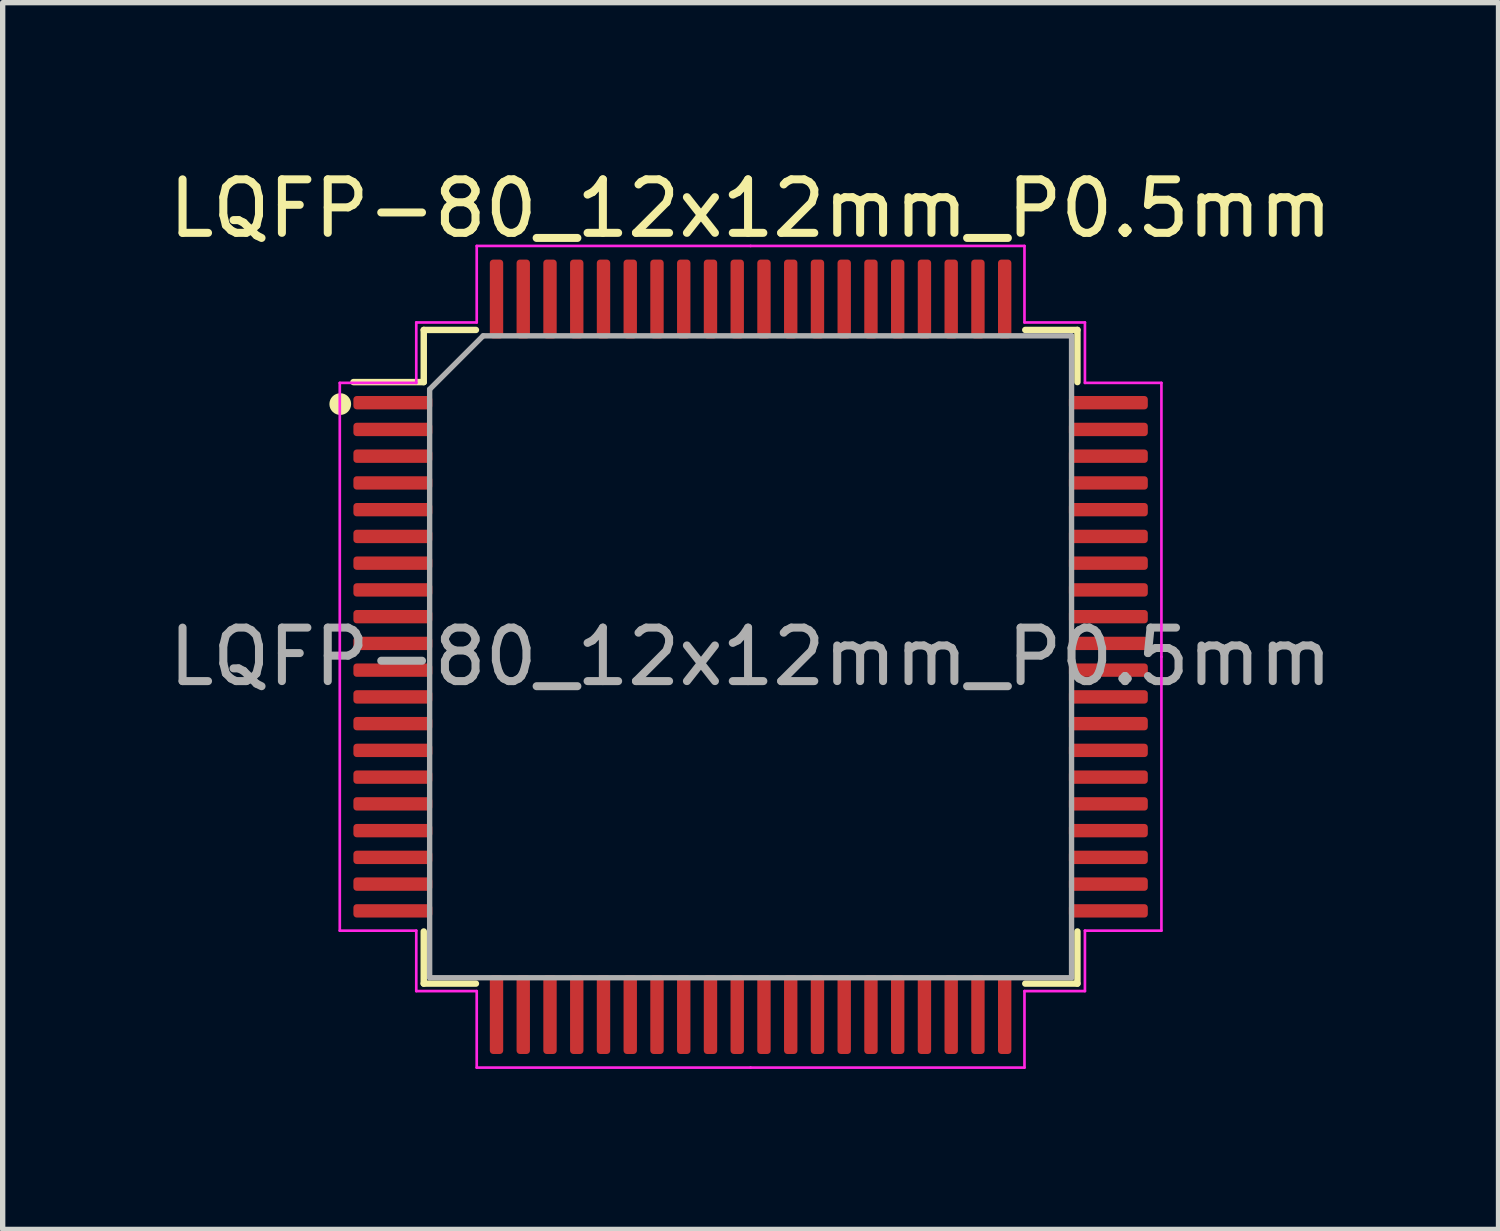
<source format=kicad_pcb>
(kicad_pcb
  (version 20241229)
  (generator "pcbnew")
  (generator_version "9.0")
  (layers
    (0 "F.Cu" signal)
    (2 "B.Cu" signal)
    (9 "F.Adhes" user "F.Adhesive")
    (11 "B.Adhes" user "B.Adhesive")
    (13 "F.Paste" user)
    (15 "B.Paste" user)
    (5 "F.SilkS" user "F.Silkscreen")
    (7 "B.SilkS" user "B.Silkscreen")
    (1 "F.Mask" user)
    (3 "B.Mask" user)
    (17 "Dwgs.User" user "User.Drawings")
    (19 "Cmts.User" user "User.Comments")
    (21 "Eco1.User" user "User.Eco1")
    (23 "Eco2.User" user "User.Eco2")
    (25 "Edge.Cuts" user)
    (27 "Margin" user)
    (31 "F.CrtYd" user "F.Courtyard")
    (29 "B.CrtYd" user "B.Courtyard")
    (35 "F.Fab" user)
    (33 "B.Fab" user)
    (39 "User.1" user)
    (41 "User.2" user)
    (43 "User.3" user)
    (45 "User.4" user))
  (footprint "LQFP-80_12x12mm_P0.5mm"
    (layer "F.Cu")
    (at 10.982 9.228)
    (property "Reference" "LQFP-80_12x12mm_P0.5mm" (at 0 -8.38 0) (layer "F.SilkS") (effects (font (size 1 1) (thickness 0.15))))
    (attr smd)
    (fp_line (start -6.11 -6.11) (end -6.11 -5.135) (stroke (width 0.12) (type solid)) (layer "F.SilkS"))
    (fp_line (start -6.11 -5.135) (end -7.425 -5.135) (stroke (width 0.12) (type solid)) (layer "F.SilkS"))
    (fp_line (start -6.11 6.11) (end -6.11 5.135) (stroke (width 0.12) (type solid)) (layer "F.SilkS"))
    (fp_line (start -5.135 -6.11) (end -6.11 -6.11) (stroke (width 0.12) (type solid)) (layer "F.SilkS"))
    (fp_line (start -5.135 6.11) (end -6.11 6.11) (stroke (width 0.12) (type solid)) (layer "F.SilkS"))
    (fp_line (start 5.135 -6.11) (end 6.11 -6.11) (stroke (width 0.12) (type solid)) (layer "F.SilkS"))
    (fp_line (start 5.135 6.11) (end 6.11 6.11) (stroke (width 0.12) (type solid)) (layer "F.SilkS"))
    (fp_line (start 6.11 -6.11) (end 6.11 -5.135) (stroke (width 0.12) (type solid)) (layer "F.SilkS"))
    (fp_line (start 6.11 6.11) (end 6.11 5.135) (stroke (width 0.12) (type solid)) (layer "F.SilkS"))
    (fp_circle (center -7.671 -4.724) (end -7.518 -4.724) (stroke (width 0.1) (type solid)) (fill yes) (layer "F.SilkS"))
    (fp_line (start -7.68 -5.12) (end -7.68 0) (stroke (width 0.05) (type solid)) (layer "F.CrtYd"))
    (fp_line (start -7.68 5.12) (end -7.68 0) (stroke (width 0.05) (type solid)) (layer "F.CrtYd"))
    (fp_line (start -6.25 -6.25) (end -6.25 -5.12) (stroke (width 0.05) (type solid)) (layer "F.CrtYd"))
    (fp_line (start -6.25 -5.12) (end -7.68 -5.12) (stroke (width 0.05) (type solid)) (layer "F.CrtYd"))
    (fp_line (start -6.25 5.12) (end -7.68 5.12) (stroke (width 0.05) (type solid)) (layer "F.CrtYd"))
    (fp_line (start -6.25 6.25) (end -6.25 5.12) (stroke (width 0.05) (type solid)) (layer "F.CrtYd"))
    (fp_line (start -5.12 -7.68) (end -5.12 -6.25) (stroke (width 0.05) (type solid)) (layer "F.CrtYd"))
    (fp_line (start -5.12 -6.25) (end -6.25 -6.25) (stroke (width 0.05) (type solid)) (layer "F.CrtYd"))
    (fp_line (start -5.12 6.25) (end -6.25 6.25) (stroke (width 0.05) (type solid)) (layer "F.CrtYd"))
    (fp_line (start -5.12 7.68) (end -5.12 6.25) (stroke (width 0.05) (type solid)) (layer "F.CrtYd"))
    (fp_line (start 0 -7.68) (end -5.12 -7.68) (stroke (width 0.05) (type solid)) (layer "F.CrtYd"))
    (fp_line (start 0 -7.68) (end 5.12 -7.68) (stroke (width 0.05) (type solid)) (layer "F.CrtYd"))
    (fp_line (start 0 7.68) (end -5.12 7.68) (stroke (width 0.05) (type solid)) (layer "F.CrtYd"))
    (fp_line (start 0 7.68) (end 5.12 7.68) (stroke (width 0.05) (type solid)) (layer "F.CrtYd"))
    (fp_line (start 5.12 -7.68) (end 5.12 -6.25) (stroke (width 0.05) (type solid)) (layer "F.CrtYd"))
    (fp_line (start 5.12 -6.25) (end 6.25 -6.25) (stroke (width 0.05) (type solid)) (layer "F.CrtYd"))
    (fp_line (start 5.12 6.25) (end 6.25 6.25) (stroke (width 0.05) (type solid)) (layer "F.CrtYd"))
    (fp_line (start 5.12 7.68) (end 5.12 6.25) (stroke (width 0.05) (type solid)) (layer "F.CrtYd"))
    (fp_line (start 6.25 -6.25) (end 6.25 -5.12) (stroke (width 0.05) (type solid)) (layer "F.CrtYd"))
    (fp_line (start 6.25 -5.12) (end 7.68 -5.12) (stroke (width 0.05) (type solid)) (layer "F.CrtYd"))
    (fp_line (start 6.25 5.12) (end 7.68 5.12) (stroke (width 0.05) (type solid)) (layer "F.CrtYd"))
    (fp_line (start 6.25 6.25) (end 6.25 5.12) (stroke (width 0.05) (type solid)) (layer "F.CrtYd"))
    (fp_line (start 7.68 -5.12) (end 7.68 0) (stroke (width 0.05) (type solid)) (layer "F.CrtYd"))
    (fp_line (start 7.68 5.12) (end 7.68 0) (stroke (width 0.05) (type solid)) (layer "F.CrtYd"))
    (fp_line (start -6 -5) (end -5 -6) (stroke (width 0.1) (type solid)) (layer "F.Fab"))
    (fp_line (start -6 6) (end -6 -5) (stroke (width 0.1) (type solid)) (layer "F.Fab"))
    (fp_line (start -5 -6) (end 6 -6) (stroke (width 0.1) (type solid)) (layer "F.Fab"))
    (fp_line (start 6 -6) (end 6 6) (stroke (width 0.1) (type solid)) (layer "F.Fab"))
    (fp_line (start 6 6) (end -6 6) (stroke (width 0.1) (type solid)) (layer "F.Fab"))
    (fp_text user "${REFERENCE}" (at 0 0 0) (layer "F.Fab") (effects (font (size 1 1) (thickness 0.15))))
    (pad "1" smd roundrect (at -6.688 -4.75) (size 1.475 0.25) (layers "F.Cu" "F.Mask" "F.Paste") (roundrect_rratio 0.25))
    (pad "2" smd roundrect (at -6.688 -4.25) (size 1.475 0.25) (layers "F.Cu" "F.Mask" "F.Paste") (roundrect_rratio 0.25))
    (pad "3" smd roundrect (at -6.688 -3.75) (size 1.475 0.25) (layers "F.Cu" "F.Mask" "F.Paste") (roundrect_rratio 0.25))
    (pad "4" smd roundrect (at -6.688 -3.25) (size 1.475 0.25) (layers "F.Cu" "F.Mask" "F.Paste") (roundrect_rratio 0.25))
    (pad "5" smd roundrect (at -6.688 -2.75) (size 1.475 0.25) (layers "F.Cu" "F.Mask" "F.Paste") (roundrect_rratio 0.25))
    (pad "6" smd roundrect (at -6.688 -2.25) (size 1.475 0.25) (layers "F.Cu" "F.Mask" "F.Paste") (roundrect_rratio 0.25))
    (pad "7" smd roundrect (at -6.688 -1.75) (size 1.475 0.25) (layers "F.Cu" "F.Mask" "F.Paste") (roundrect_rratio 0.25))
    (pad "8" smd roundrect (at -6.688 -1.25) (size 1.475 0.25) (layers "F.Cu" "F.Mask" "F.Paste") (roundrect_rratio 0.25))
    (pad "9" smd roundrect (at -6.688 -0.75) (size 1.475 0.25) (layers "F.Cu" "F.Mask" "F.Paste") (roundrect_rratio 0.25))
    (pad "10" smd roundrect (at -6.688 -0.25) (size 1.475 0.25) (layers "F.Cu" "F.Mask" "F.Paste") (roundrect_rratio 0.25))
    (pad "11" smd roundrect (at -6.688 0.25) (size 1.475 0.25) (layers "F.Cu" "F.Mask" "F.Paste") (roundrect_rratio 0.25))
    (pad "12" smd roundrect (at -6.688 0.75) (size 1.475 0.25) (layers "F.Cu" "F.Mask" "F.Paste") (roundrect_rratio 0.25))
    (pad "13" smd roundrect (at -6.688 1.25) (size 1.475 0.25) (layers "F.Cu" "F.Mask" "F.Paste") (roundrect_rratio 0.25))
    (pad "14" smd roundrect (at -6.688 1.75) (size 1.475 0.25) (layers "F.Cu" "F.Mask" "F.Paste") (roundrect_rratio 0.25))
    (pad "15" smd roundrect (at -6.688 2.25) (size 1.475 0.25) (layers "F.Cu" "F.Mask" "F.Paste") (roundrect_rratio 0.25))
    (pad "16" smd roundrect (at -6.688 2.75) (size 1.475 0.25) (layers "F.Cu" "F.Mask" "F.Paste") (roundrect_rratio 0.25))
    (pad "17" smd roundrect (at -6.688 3.25) (size 1.475 0.25) (layers "F.Cu" "F.Mask" "F.Paste") (roundrect_rratio 0.25))
    (pad "18" smd roundrect (at -6.688 3.75) (size 1.475 0.25) (layers "F.Cu" "F.Mask" "F.Paste") (roundrect_rratio 0.25))
    (pad "19" smd roundrect (at -6.688 4.25) (size 1.475 0.25) (layers "F.Cu" "F.Mask" "F.Paste") (roundrect_rratio 0.25))
    (pad "20" smd roundrect (at -6.688 4.75) (size 1.475 0.25) (layers "F.Cu" "F.Mask" "F.Paste") (roundrect_rratio 0.25))
    (pad "21" smd roundrect (at -4.75 6.688) (size 0.25 1.475) (layers "F.Cu" "F.Mask" "F.Paste") (roundrect_rratio 0.25))
    (pad "22" smd roundrect (at -4.25 6.688) (size 0.25 1.475) (layers "F.Cu" "F.Mask" "F.Paste") (roundrect_rratio 0.25))
    (pad "23" smd roundrect (at -3.75 6.688) (size 0.25 1.475) (layers "F.Cu" "F.Mask" "F.Paste") (roundrect_rratio 0.25))
    (pad "24" smd roundrect (at -3.25 6.688) (size 0.25 1.475) (layers "F.Cu" "F.Mask" "F.Paste") (roundrect_rratio 0.25))
    (pad "25" smd roundrect (at -2.75 6.688) (size 0.25 1.475) (layers "F.Cu" "F.Mask" "F.Paste") (roundrect_rratio 0.25))
    (pad "26" smd roundrect (at -2.25 6.688) (size 0.25 1.475) (layers "F.Cu" "F.Mask" "F.Paste") (roundrect_rratio 0.25))
    (pad "27" smd roundrect (at -1.75 6.688) (size 0.25 1.475) (layers "F.Cu" "F.Mask" "F.Paste") (roundrect_rratio 0.25))
    (pad "28" smd roundrect (at -1.25 6.688) (size 0.25 1.475) (layers "F.Cu" "F.Mask" "F.Paste") (roundrect_rratio 0.25))
    (pad "29" smd roundrect (at -0.75 6.688) (size 0.25 1.475) (layers "F.Cu" "F.Mask" "F.Paste") (roundrect_rratio 0.25))
    (pad "30" smd roundrect (at -0.25 6.688) (size 0.25 1.475) (layers "F.Cu" "F.Mask" "F.Paste") (roundrect_rratio 0.25))
    (pad "31" smd roundrect (at 0.25 6.688) (size 0.25 1.475) (layers "F.Cu" "F.Mask" "F.Paste") (roundrect_rratio 0.25))
    (pad "32" smd roundrect (at 0.75 6.688) (size 0.25 1.475) (layers "F.Cu" "F.Mask" "F.Paste") (roundrect_rratio 0.25))
    (pad "33" smd roundrect (at 1.25 6.688) (size 0.25 1.475) (layers "F.Cu" "F.Mask" "F.Paste") (roundrect_rratio 0.25))
    (pad "34" smd roundrect (at 1.75 6.688) (size 0.25 1.475) (layers "F.Cu" "F.Mask" "F.Paste") (roundrect_rratio 0.25))
    (pad "35" smd roundrect (at 2.25 6.688) (size 0.25 1.475) (layers "F.Cu" "F.Mask" "F.Paste") (roundrect_rratio 0.25))
    (pad "36" smd roundrect (at 2.75 6.688) (size 0.25 1.475) (layers "F.Cu" "F.Mask" "F.Paste") (roundrect_rratio 0.25))
    (pad "37" smd roundrect (at 3.25 6.688) (size 0.25 1.475) (layers "F.Cu" "F.Mask" "F.Paste") (roundrect_rratio 0.25))
    (pad "38" smd roundrect (at 3.75 6.688) (size 0.25 1.475) (layers "F.Cu" "F.Mask" "F.Paste") (roundrect_rratio 0.25))
    (pad "39" smd roundrect (at 4.25 6.688) (size 0.25 1.475) (layers "F.Cu" "F.Mask" "F.Paste") (roundrect_rratio 0.25))
    (pad "40" smd roundrect (at 4.75 6.688) (size 0.25 1.475) (layers "F.Cu" "F.Mask" "F.Paste") (roundrect_rratio 0.25))
    (pad "41" smd roundrect (at 6.688 4.75) (size 1.475 0.25) (layers "F.Cu" "F.Mask" "F.Paste") (roundrect_rratio 0.25))
    (pad "42" smd roundrect (at 6.688 4.25) (size 1.475 0.25) (layers "F.Cu" "F.Mask" "F.Paste") (roundrect_rratio 0.25))
    (pad "43" smd roundrect (at 6.688 3.75) (size 1.475 0.25) (layers "F.Cu" "F.Mask" "F.Paste") (roundrect_rratio 0.25))
    (pad "44" smd roundrect (at 6.688 3.25) (size 1.475 0.25) (layers "F.Cu" "F.Mask" "F.Paste") (roundrect_rratio 0.25))
    (pad "45" smd roundrect (at 6.688 2.75) (size 1.475 0.25) (layers "F.Cu" "F.Mask" "F.Paste") (roundrect_rratio 0.25))
    (pad "46" smd roundrect (at 6.688 2.25) (size 1.475 0.25) (layers "F.Cu" "F.Mask" "F.Paste") (roundrect_rratio 0.25))
    (pad "47" smd roundrect (at 6.688 1.75) (size 1.475 0.25) (layers "F.Cu" "F.Mask" "F.Paste") (roundrect_rratio 0.25))
    (pad "48" smd roundrect (at 6.688 1.25) (size 1.475 0.25) (layers "F.Cu" "F.Mask" "F.Paste") (roundrect_rratio 0.25))
    (pad "49" smd roundrect (at 6.688 0.75) (size 1.475 0.25) (layers "F.Cu" "F.Mask" "F.Paste") (roundrect_rratio 0.25))
    (pad "50" smd roundrect (at 6.688 0.25) (size 1.475 0.25) (layers "F.Cu" "F.Mask" "F.Paste") (roundrect_rratio 0.25))
    (pad "51" smd roundrect (at 6.688 -0.25) (size 1.475 0.25) (layers "F.Cu" "F.Mask" "F.Paste") (roundrect_rratio 0.25))
    (pad "52" smd roundrect (at 6.688 -0.75) (size 1.475 0.25) (layers "F.Cu" "F.Mask" "F.Paste") (roundrect_rratio 0.25))
    (pad "53" smd roundrect (at 6.688 -1.25) (size 1.475 0.25) (layers "F.Cu" "F.Mask" "F.Paste") (roundrect_rratio 0.25))
    (pad "54" smd roundrect (at 6.688 -1.75) (size 1.475 0.25) (layers "F.Cu" "F.Mask" "F.Paste") (roundrect_rratio 0.25))
    (pad "55" smd roundrect (at 6.688 -2.25) (size 1.475 0.25) (layers "F.Cu" "F.Mask" "F.Paste") (roundrect_rratio 0.25))
    (pad "56" smd roundrect (at 6.688 -2.75) (size 1.475 0.25) (layers "F.Cu" "F.Mask" "F.Paste") (roundrect_rratio 0.25))
    (pad "57" smd roundrect (at 6.688 -3.25) (size 1.475 0.25) (layers "F.Cu" "F.Mask" "F.Paste") (roundrect_rratio 0.25))
    (pad "58" smd roundrect (at 6.688 -3.75) (size 1.475 0.25) (layers "F.Cu" "F.Mask" "F.Paste") (roundrect_rratio 0.25))
    (pad "59" smd roundrect (at 6.688 -4.25) (size 1.475 0.25) (layers "F.Cu" "F.Mask" "F.Paste") (roundrect_rratio 0.25))
    (pad "60" smd roundrect (at 6.688 -4.75) (size 1.475 0.25) (layers "F.Cu" "F.Mask" "F.Paste") (roundrect_rratio 0.25))
    (pad "61" smd roundrect (at 4.75 -6.688) (size 0.25 1.475) (layers "F.Cu" "F.Mask" "F.Paste") (roundrect_rratio 0.25))
    (pad "62" smd roundrect (at 4.25 -6.688) (size 0.25 1.475) (layers "F.Cu" "F.Mask" "F.Paste") (roundrect_rratio 0.25))
    (pad "63" smd roundrect (at 3.75 -6.688) (size 0.25 1.475) (layers "F.Cu" "F.Mask" "F.Paste") (roundrect_rratio 0.25))
    (pad "64" smd roundrect (at 3.25 -6.688) (size 0.25 1.475) (layers "F.Cu" "F.Mask" "F.Paste") (roundrect_rratio 0.25))
    (pad "65" smd roundrect (at 2.75 -6.688) (size 0.25 1.475) (layers "F.Cu" "F.Mask" "F.Paste") (roundrect_rratio 0.25))
    (pad "66" smd roundrect (at 2.25 -6.688) (size 0.25 1.475) (layers "F.Cu" "F.Mask" "F.Paste") (roundrect_rratio 0.25))
    (pad "67" smd roundrect (at 1.75 -6.688) (size 0.25 1.475) (layers "F.Cu" "F.Mask" "F.Paste") (roundrect_rratio 0.25))
    (pad "68" smd roundrect (at 1.25 -6.688) (size 0.25 1.475) (layers "F.Cu" "F.Mask" "F.Paste") (roundrect_rratio 0.25))
    (pad "69" smd roundrect (at 0.75 -6.688) (size 0.25 1.475) (layers "F.Cu" "F.Mask" "F.Paste") (roundrect_rratio 0.25))
    (pad "70" smd roundrect (at 0.25 -6.688) (size 0.25 1.475) (layers "F.Cu" "F.Mask" "F.Paste") (roundrect_rratio 0.25))
    (pad "71" smd roundrect (at -0.25 -6.688) (size 0.25 1.475) (layers "F.Cu" "F.Mask" "F.Paste") (roundrect_rratio 0.25))
    (pad "72" smd roundrect (at -0.75 -6.688) (size 0.25 1.475) (layers "F.Cu" "F.Mask" "F.Paste") (roundrect_rratio 0.25))
    (pad "73" smd roundrect (at -1.25 -6.688) (size 0.25 1.475) (layers "F.Cu" "F.Mask" "F.Paste") (roundrect_rratio 0.25))
    (pad "74" smd roundrect (at -1.75 -6.688) (size 0.25 1.475) (layers "F.Cu" "F.Mask" "F.Paste") (roundrect_rratio 0.25))
    (pad "75" smd roundrect (at -2.25 -6.688) (size 0.25 1.475) (layers "F.Cu" "F.Mask" "F.Paste") (roundrect_rratio 0.25))
    (pad "76" smd roundrect (at -2.75 -6.688) (size 0.25 1.475) (layers "F.Cu" "F.Mask" "F.Paste") (roundrect_rratio 0.25))
    (pad "77" smd roundrect (at -3.25 -6.688) (size 0.25 1.475) (layers "F.Cu" "F.Mask" "F.Paste") (roundrect_rratio 0.25))
    (pad "78" smd roundrect (at -3.75 -6.688) (size 0.25 1.475) (layers "F.Cu" "F.Mask" "F.Paste") (roundrect_rratio 0.25))
    (pad "79" smd roundrect (at -4.25 -6.688) (size 0.25 1.475) (layers "F.Cu" "F.Mask" "F.Paste") (roundrect_rratio 0.25))
    (pad "80" smd roundrect (at -4.75 -6.688) (size 0.25 1.475) (layers "F.Cu" "F.Mask" "F.Paste") (roundrect_rratio 0.25)))
  (gr_rect
    (start -3 -3)
    (end 24.964 19.933)
    (stroke (width 0.1) (type default))
    (fill no)
    (layer "Edge.Cuts")))
</source>
